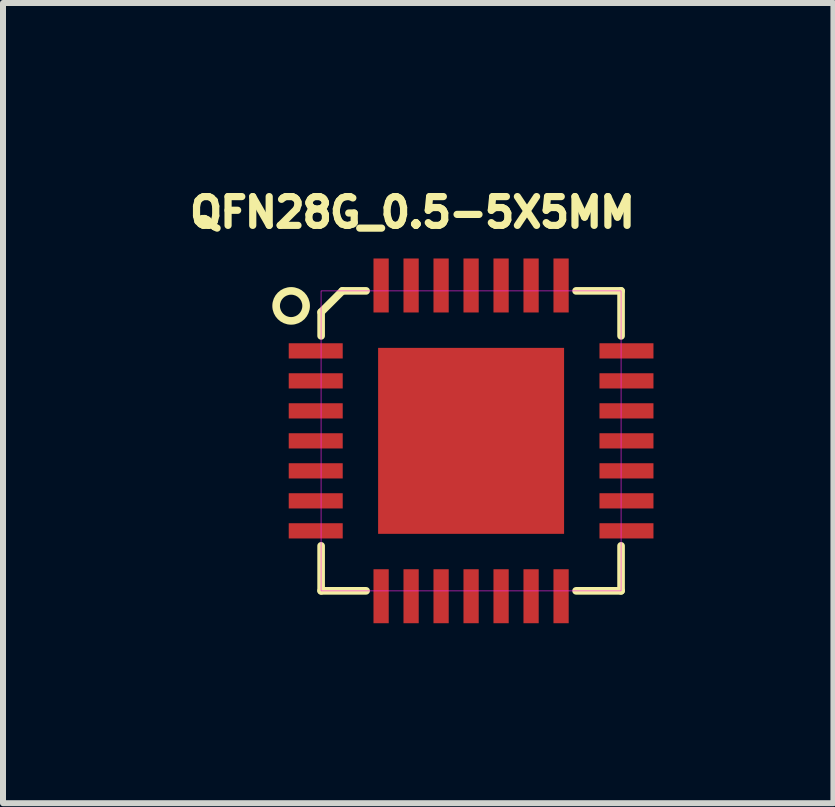
<source format=kicad_pcb>
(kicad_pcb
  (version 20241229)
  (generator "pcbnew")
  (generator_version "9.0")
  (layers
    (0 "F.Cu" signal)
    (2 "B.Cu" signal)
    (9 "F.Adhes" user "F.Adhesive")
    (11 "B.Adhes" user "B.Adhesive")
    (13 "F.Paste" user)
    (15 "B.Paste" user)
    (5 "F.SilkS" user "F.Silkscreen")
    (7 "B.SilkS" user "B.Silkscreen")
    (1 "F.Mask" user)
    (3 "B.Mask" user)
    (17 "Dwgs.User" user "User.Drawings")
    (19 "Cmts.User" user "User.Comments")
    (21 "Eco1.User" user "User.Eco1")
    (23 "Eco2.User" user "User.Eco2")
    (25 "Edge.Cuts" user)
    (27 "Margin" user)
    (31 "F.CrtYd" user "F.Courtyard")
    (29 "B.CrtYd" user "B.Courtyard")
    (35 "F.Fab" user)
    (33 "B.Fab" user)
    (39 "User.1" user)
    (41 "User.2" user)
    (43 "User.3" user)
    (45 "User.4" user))
  (footprint "QFN28G_0.5-5X5MM"
    (layer "F.Cu")
    (at 4.803 4.299)
    (property "Reference" "QFN28G_0.5-5X5MM" (at -0.977 -3.808 0) (layer "F.SilkS") (effects (font (size 0.48 0.48) (thickness 0.15))))
    (attr smd)
    (fp_line (start -2.5 -2.146) (end -2.5 -1.75) (stroke (width 0.127) (type solid)) (layer "F.SilkS"))
    (fp_line (start -2.5 1.75) (end -2.5 2.5) (stroke (width 0.127) (type solid)) (layer "F.SilkS"))
    (fp_line (start -2.5 2.5) (end -1.75 2.5) (stroke (width 0.127) (type solid)) (layer "F.SilkS"))
    (fp_line (start -2.146 -2.5) (end -2.5 -2.146) (stroke (width 0.127) (type solid)) (layer "F.SilkS"))
    (fp_line (start -1.75 -2.5) (end -2.146 -2.5) (stroke (width 0.127) (type solid)) (layer "F.SilkS"))
    (fp_line (start 1.75 -2.5) (end 2.5 -2.5) (stroke (width 0.127) (type solid)) (layer "F.SilkS"))
    (fp_line (start 1.75 2.5) (end 2.5 2.5) (stroke (width 0.127) (type solid)) (layer "F.SilkS"))
    (fp_line (start 2.5 -2.5) (end 2.5 -1.75) (stroke (width 0.127) (type solid)) (layer "F.SilkS"))
    (fp_line (start 2.5 2.5) (end 2.5 1.75) (stroke (width 0.127) (type solid)) (layer "F.SilkS"))
    (fp_circle (center -3 -2.25) (end -2.75 -2.25) (stroke (width 0.127) (type solid)) (fill no) (layer "F.SilkS"))
    (fp_poly (pts (xy -1.503 0.25) (xy -0.25 0.25) (xy -0.25 1.503) (xy -1.503 1.503)) (stroke (width 0.01) (type solid)) (fill yes) (layer "F.Paste"))
    (fp_poly (pts (xy -1.503 -1.5) (xy -0.25 -1.5) (xy -0.25 -0.25) (xy -1.503 -0.25)) (stroke (width 0.01) (type solid)) (fill yes) (layer "F.Paste"))
    (fp_poly (pts (xy 0.25 0.25) (xy 1.5 0.25) (xy 1.5 1.5) (xy 0.25 1.5)) (stroke (width 0.01) (type solid)) (fill yes) (layer "F.Paste"))
    (fp_poly (pts (xy 0.25 -1.5) (xy 1.5 -1.5) (xy 1.5 -0.25) (xy 0.25 -0.25)) (stroke (width 0.01) (type solid)) (fill yes) (layer "F.Paste"))
    (fp_poly (pts (xy -2.501 -2.5) (xy 2.5 -2.5) (xy 2.5 2.501) (xy -2.501 2.501)) (stroke (width 0.01) (type solid)) (fill no) (layer "F.CrtYd"))
    (pad "1" smd rect (at -2.59 -1.5) (size 0.9 0.254) (layers "F.Cu" "F.Mask" "F.Paste"))
    (pad "2" smd rect (at -2.59 -1) (size 0.9 0.254) (layers "F.Cu" "F.Mask" "F.Paste"))
    (pad "3" smd rect (at -2.59 -0.5) (size 0.9 0.254) (layers "F.Cu" "F.Mask" "F.Paste"))
    (pad "4" smd rect (at -2.59 0) (size 0.9 0.254) (layers "F.Cu" "F.Mask" "F.Paste"))
    (pad "5" smd rect (at -2.59 0.5) (size 0.9 0.254) (layers "F.Cu" "F.Mask" "F.Paste"))
    (pad "6" smd rect (at -2.59 1) (size 0.9 0.254) (layers "F.Cu" "F.Mask" "F.Paste"))
    (pad "7" smd rect (at -2.59 1.5) (size 0.9 0.254) (layers "F.Cu" "F.Mask" "F.Paste"))
    (pad "8" smd rect (at -1.5 2.59) (size 0.254 0.9) (layers "F.Cu" "F.Mask" "F.Paste"))
    (pad "9" smd rect (at -1 2.59) (size 0.254 0.9) (layers "F.Cu" "F.Mask" "F.Paste"))
    (pad "10" smd rect (at -0.5 2.59) (size 0.254 0.9) (layers "F.Cu" "F.Mask" "F.Paste"))
    (pad "11" smd rect (at 0 2.59) (size 0.254 0.9) (layers "F.Cu" "F.Mask" "F.Paste"))
    (pad "12" smd rect (at 0.5 2.59) (size 0.254 0.9) (layers "F.Cu" "F.Mask" "F.Paste"))
    (pad "13" smd rect (at 1 2.59) (size 0.254 0.9) (layers "F.Cu" "F.Mask" "F.Paste"))
    (pad "14" smd rect (at 1.5 2.59) (size 0.254 0.9) (layers "F.Cu" "F.Mask" "F.Paste"))
    (pad "15" smd rect (at 2.59 1.5) (size 0.9 0.254) (layers "F.Cu" "F.Mask" "F.Paste"))
    (pad "16" smd rect (at 2.59 1) (size 0.9 0.254) (layers "F.Cu" "F.Mask" "F.Paste"))
    (pad "17" smd rect (at 2.59 0.5) (size 0.9 0.254) (layers "F.Cu" "F.Mask" "F.Paste"))
    (pad "18" smd rect (at 2.59 0) (size 0.9 0.254) (layers "F.Cu" "F.Mask" "F.Paste"))
    (pad "19" smd rect (at 2.59 -0.5) (size 0.9 0.254) (layers "F.Cu" "F.Mask" "F.Paste"))
    (pad "20" smd rect (at 2.59 -1) (size 0.9 0.254) (layers "F.Cu" "F.Mask" "F.Paste"))
    (pad "21" smd rect (at 2.59 -1.5) (size 0.9 0.254) (layers "F.Cu" "F.Mask" "F.Paste"))
    (pad "22" smd rect (at 1.5 -2.59) (size 0.254 0.9) (layers "F.Cu" "F.Mask" "F.Paste"))
    (pad "23" smd rect (at 1 -2.59) (size 0.254 0.9) (layers "F.Cu" "F.Mask" "F.Paste"))
    (pad "24" smd rect (at 0.5 -2.59) (size 0.254 0.9) (layers "F.Cu" "F.Mask" "F.Paste"))
    (pad "25" smd rect (at 0 -2.59) (size 0.254 0.9) (layers "F.Cu" "F.Mask" "F.Paste"))
    (pad "26" smd rect (at -0.5 -2.59) (size 0.254 0.9) (layers "F.Cu" "F.Mask" "F.Paste"))
    (pad "27" smd rect (at -1 -2.59) (size 0.254 0.9) (layers "F.Cu" "F.Mask" "F.Paste"))
    (pad "28" smd rect (at -1.5 -2.59) (size 0.254 0.9) (layers "F.Cu" "F.Mask" "F.Paste"))
    (pad "29" smd rect (at 0 0) (size 3.1 3.1) (layers "F.Cu" "F.Mask")))
  (gr_rect
    (start -3 -3)
    (end 10.843 10.339)
    (stroke (width 0.1) (type default))
    (fill no)
    (layer "Edge.Cuts")))
</source>
